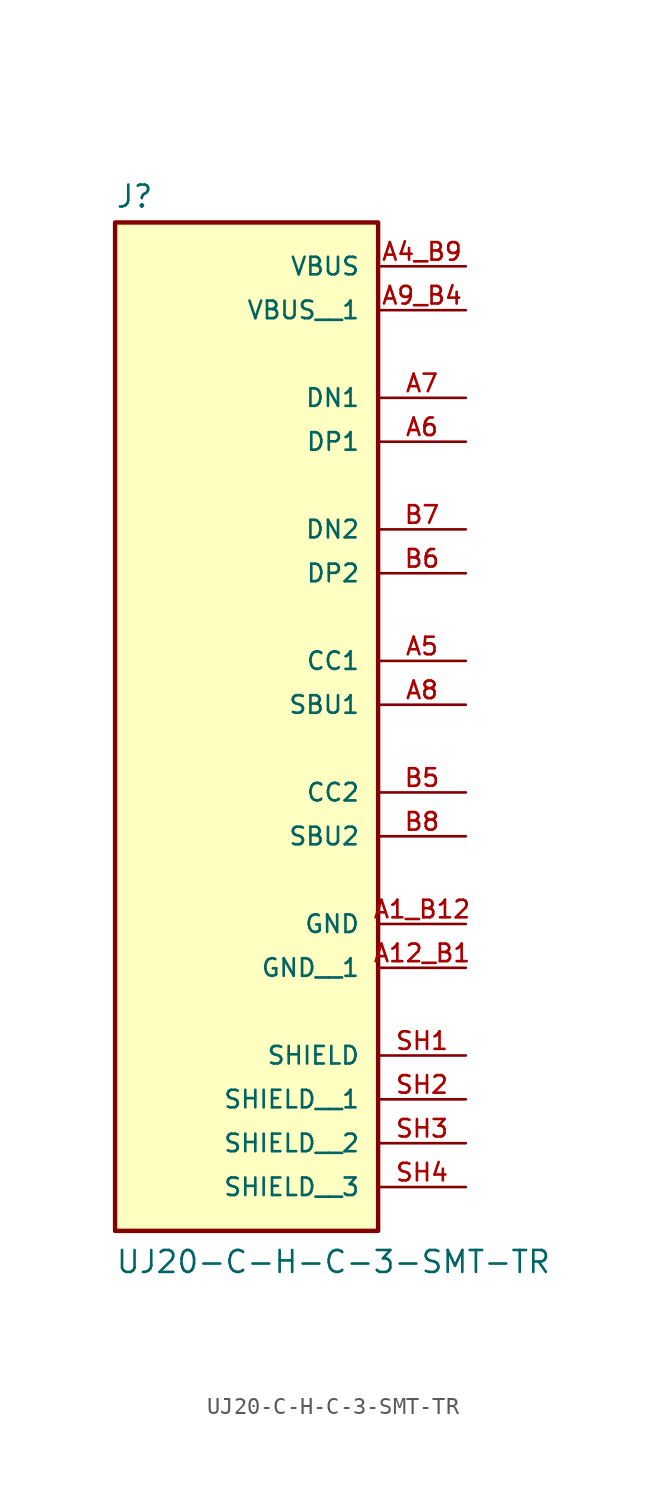
<source format=kicad_sym>
(kicad_symbol_lib
  (version 20211014)
  (generator kicad_symbol_editor)
  (symbol "UJ20-C-H-C-3-SMT-TR"
    (pin_names
      (offset 1.016))
    (property "Reference" "J"
      (at -7.62 23.622 0)
      (effects (font (size 1.27 1.27)) (justify bottom left)))
    (property "Value" "UJ20-C-H-C-3-SMT-TR"
      (at -7.62 -38.1 0)
      (effects (font (size 1.27 1.27)) (justify bottom left)))
    (symbol "UJ20-C-H-C-3-SMT-TR_0_0"
      (rectangle (start -7.62 -35.56) (end 7.62 22.86) (stroke (width 0.254)) (fill (type background)))
      (pin passive line (at 12.7 20.32 180.0) (length 5.08) (name "VBUS" (effects (font (size 1.016 1.016)))) (number "A4_B9" (effects (font (size 1.016 1.016)))))
      (pin passive line (at 12.7 -25.4 180.0) (length 5.08) (name "SHIELD" (effects (font (size 1.016 1.016)))) (number "SH1" (effects (font (size 1.016 1.016)))))
      (pin passive line (at 12.7 12.7 180.0) (length 5.08) (name "DN1" (effects (font (size 1.016 1.016)))) (number "A7" (effects (font (size 1.016 1.016)))))
      (pin passive line (at 12.7 10.16 180.0) (length 5.08) (name "DP1" (effects (font (size 1.016 1.016)))) (number "A6" (effects (font (size 1.016 1.016)))))
      (pin passive line (at 12.7 5.08 180.0) (length 5.08) (name "DN2" (effects (font (size 1.016 1.016)))) (number "B7" (effects (font (size 1.016 1.016)))))
      (pin passive line (at 12.7 2.54 180.0) (length 5.08) (name "DP2" (effects (font (size 1.016 1.016)))) (number "B6" (effects (font (size 1.016 1.016)))))
      (pin passive line (at 12.7 -17.78 180.0) (length 5.08) (name "GND" (effects (font (size 1.016 1.016)))) (number "A1_B12" (effects (font (size 1.016 1.016)))))
      (pin passive line (at 12.7 -2.54 180.0) (length 5.08) (name "CC1" (effects (font (size 1.016 1.016)))) (number "A5" (effects (font (size 1.016 1.016)))))
      (pin passive line (at 12.7 -5.08 180.0) (length 5.08) (name "SBU1" (effects (font (size 1.016 1.016)))) (number "A8" (effects (font (size 1.016 1.016)))))
      (pin passive line (at 12.7 -10.16 180.0) (length 5.08) (name "CC2" (effects (font (size 1.016 1.016)))) (number "B5" (effects (font (size 1.016 1.016)))))
      (pin passive line (at 12.7 -12.7 180.0) (length 5.08) (name "SBU2" (effects (font (size 1.016 1.016)))) (number "B8" (effects (font (size 1.016 1.016)))))
      (pin passive line (at 12.7 17.78 180.0) (length 5.08) (name "VBUS__1" (effects (font (size 1.016 1.016)))) (number "A9_B4" (effects (font (size 1.016 1.016)))))
      (pin passive line (at 12.7 -20.32 180.0) (length 5.08) (name "GND__1" (effects (font (size 1.016 1.016)))) (number "A12_B1" (effects (font (size 1.016 1.016)))))
      (pin passive line (at 12.7 -27.94 180.0) (length 5.08) (name "SHIELD__1" (effects (font (size 1.016 1.016)))) (number "SH2" (effects (font (size 1.016 1.016)))))
      (pin passive line (at 12.7 -30.48 180.0) (length 5.08) (name "SHIELD__2" (effects (font (size 1.016 1.016)))) (number "SH3" (effects (font (size 1.016 1.016)))))
      (pin passive line (at 12.7 -33.02 180.0) (length 5.08) (name "SHIELD__3" (effects (font (size 1.016 1.016)))) (number "SH4" (effects (font (size 1.016 1.016))))))))
</source>
